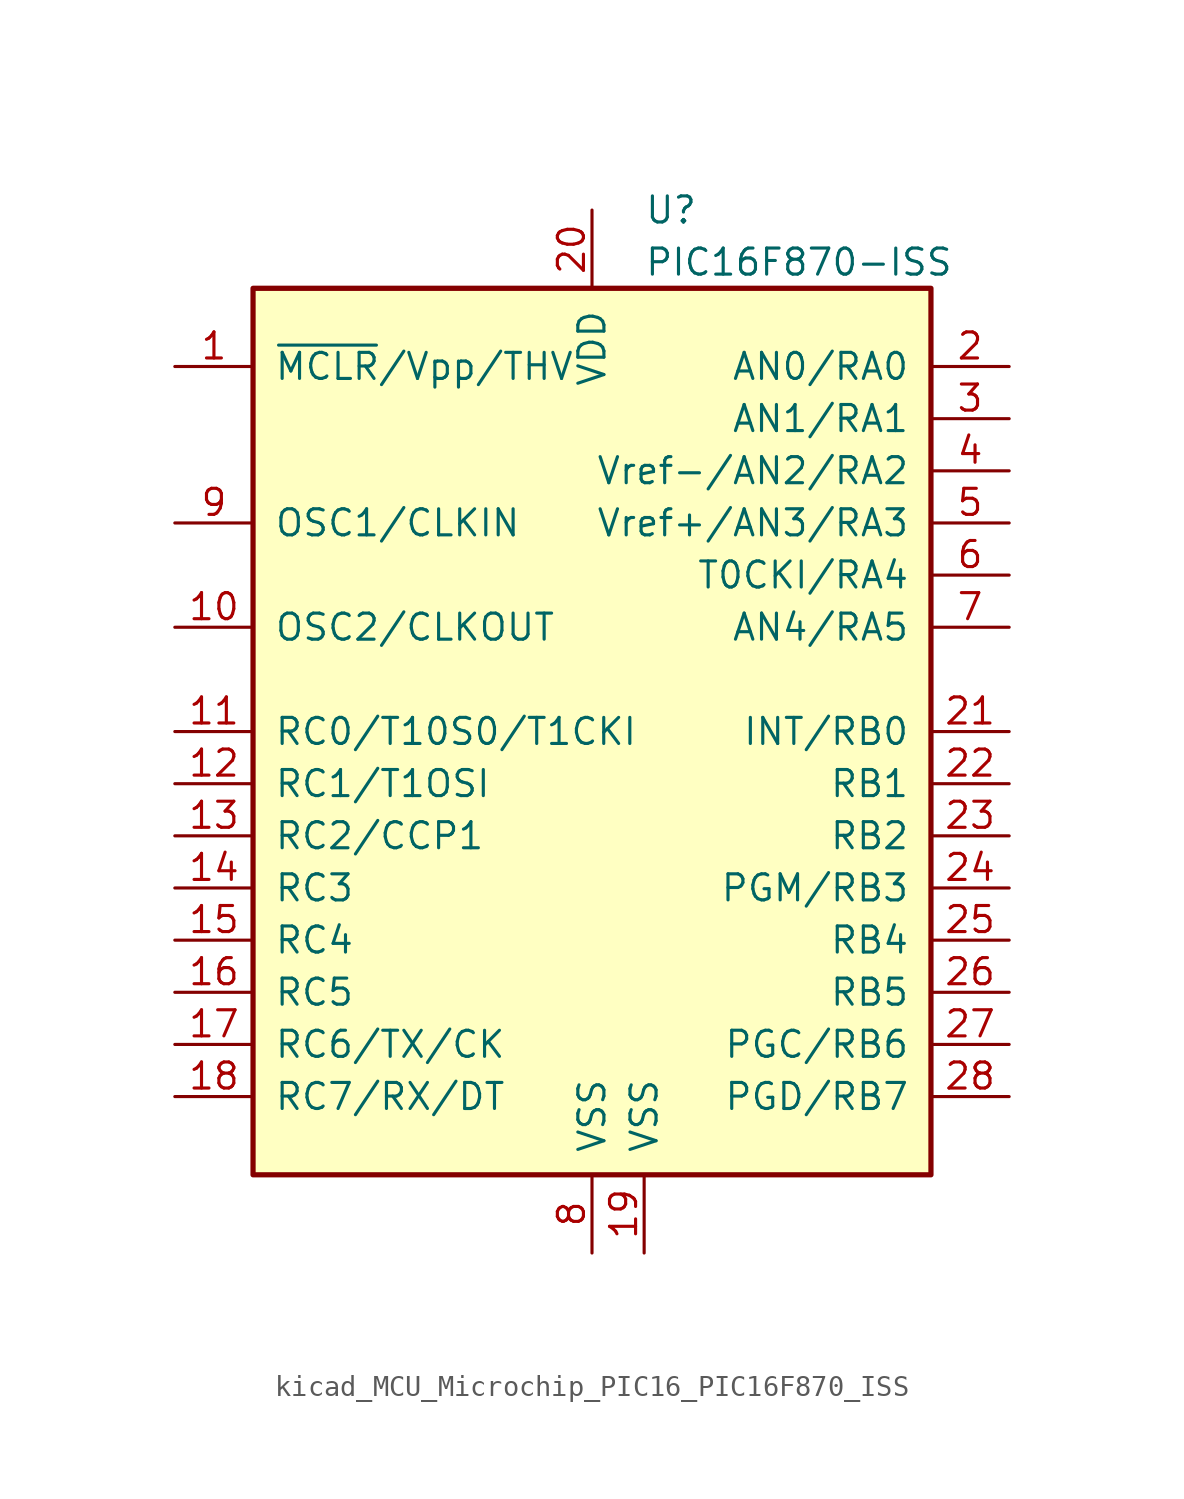
<source format=kicad_sym>
(kicad_symbol_lib
  (version 20220914)
  (generator kicad_symbol_editor)
  (symbol "kicad_MCU_Microchip_PIC16_PIC16F870_ISS"
    (pin_names
      (offset 1.016))
    (property "Reference" "U"
      (at 2.54 25.4 0)
      (effects (font (size 1.27 1.27)) (justify left)))
    (property "Value" "PIC16F870-ISS"
      (at 2.54 22.86 0)
      (effects (font (size 1.27 1.27)) (justify left)))
    (symbol "kicad_MCU_Microchip_PIC16_PIC16F870_ISS_0_1"
      (rectangle (start -16.51 -21.59) (end 16.51 21.59) (stroke (width 0.254) (type default)) (fill (type background))))
    (symbol "kicad_MCU_Microchip_PIC16_PIC16F870_ISS_1_1"
      (pin input line (at -20.32 17.78 0) (length 3.81) (name "~{MCLR}/Vpp/THV" (effects (font (size 1.27 1.27)))) (number "1" (effects (font (size 1.27 1.27)))))
      (pin output line (at -20.32 5.08 0) (length 3.81) (name "OSC2/CLKOUT" (effects (font (size 1.27 1.27)))) (number "10" (effects (font (size 1.27 1.27)))))
      (pin bidirectional line (at -20.32 0 0) (length 3.81) (name "RC0/T10S0/T1CKI" (effects (font (size 1.27 1.27)))) (number "11" (effects (font (size 1.27 1.27)))))
      (pin bidirectional line (at -20.32 -2.54 0) (length 3.81) (name "RC1/T1OSI" (effects (font (size 1.27 1.27)))) (number "12" (effects (font (size 1.27 1.27)))))
      (pin bidirectional line (at -20.32 -5.08 0) (length 3.81) (name "RC2/CCP1" (effects (font (size 1.27 1.27)))) (number "13" (effects (font (size 1.27 1.27)))))
      (pin bidirectional line (at -20.32 -7.62 0) (length 3.81) (name "RC3" (effects (font (size 1.27 1.27)))) (number "14" (effects (font (size 1.27 1.27)))))
      (pin bidirectional line (at -20.32 -10.16 0) (length 3.81) (name "RC4" (effects (font (size 1.27 1.27)))) (number "15" (effects (font (size 1.27 1.27)))))
      (pin bidirectional line (at -20.32 -12.7 0) (length 3.81) (name "RC5" (effects (font (size 1.27 1.27)))) (number "16" (effects (font (size 1.27 1.27)))))
      (pin bidirectional line (at -20.32 -15.24 0) (length 3.81) (name "RC6/TX/CK" (effects (font (size 1.27 1.27)))) (number "17" (effects (font (size 1.27 1.27)))))
      (pin bidirectional line (at -20.32 -17.78 0) (length 3.81) (name "RC7/RX/DT" (effects (font (size 1.27 1.27)))) (number "18" (effects (font (size 1.27 1.27)))))
      (pin power_in line (at 2.54 -25.4 90) (length 3.81) (name "VSS" (effects (font (size 1.27 1.27)))) (number "19" (effects (font (size 1.27 1.27)))))
      (pin bidirectional line (at 20.32 17.78 180) (length 3.81) (name "AN0/RA0" (effects (font (size 1.27 1.27)))) (number "2" (effects (font (size 1.27 1.27)))))
      (pin power_in line (at 0 25.4 270) (length 3.81) (name "VDD" (effects (font (size 1.27 1.27)))) (number "20" (effects (font (size 1.27 1.27)))))
      (pin bidirectional line (at 20.32 0 180) (length 3.81) (name "INT/RB0" (effects (font (size 1.27 1.27)))) (number "21" (effects (font (size 1.27 1.27)))))
      (pin bidirectional line (at 20.32 -2.54 180) (length 3.81) (name "RB1" (effects (font (size 1.27 1.27)))) (number "22" (effects (font (size 1.27 1.27)))))
      (pin bidirectional line (at 20.32 -5.08 180) (length 3.81) (name "RB2" (effects (font (size 1.27 1.27)))) (number "23" (effects (font (size 1.27 1.27)))))
      (pin bidirectional line (at 20.32 -7.62 180) (length 3.81) (name "PGM/RB3" (effects (font (size 1.27 1.27)))) (number "24" (effects (font (size 1.27 1.27)))))
      (pin bidirectional line (at 20.32 -10.16 180) (length 3.81) (name "RB4" (effects (font (size 1.27 1.27)))) (number "25" (effects (font (size 1.27 1.27)))))
      (pin bidirectional line (at 20.32 -12.7 180) (length 3.81) (name "RB5" (effects (font (size 1.27 1.27)))) (number "26" (effects (font (size 1.27 1.27)))))
      (pin bidirectional line (at 20.32 -15.24 180) (length 3.81) (name "PGC/RB6" (effects (font (size 1.27 1.27)))) (number "27" (effects (font (size 1.27 1.27)))))
      (pin bidirectional line (at 20.32 -17.78 180) (length 3.81) (name "PGD/RB7" (effects (font (size 1.27 1.27)))) (number "28" (effects (font (size 1.27 1.27)))))
      (pin bidirectional line (at 20.32 15.24 180) (length 3.81) (name "AN1/RA1" (effects (font (size 1.27 1.27)))) (number "3" (effects (font (size 1.27 1.27)))))
      (pin bidirectional line (at 20.32 12.7 180) (length 3.81) (name "Vref-/AN2/RA2" (effects (font (size 1.27 1.27)))) (number "4" (effects (font (size 1.27 1.27)))))
      (pin bidirectional line (at 20.32 10.16 180) (length 3.81) (name "Vref+/AN3/RA3" (effects (font (size 1.27 1.27)))) (number "5" (effects (font (size 1.27 1.27)))))
      (pin bidirectional line (at 20.32 7.62 180) (length 3.81) (name "T0CKI/RA4" (effects (font (size 1.27 1.27)))) (number "6" (effects (font (size 1.27 1.27)))))
      (pin bidirectional line (at 20.32 5.08 180) (length 3.81) (name "AN4/RA5" (effects (font (size 1.27 1.27)))) (number "7" (effects (font (size 1.27 1.27)))))
      (pin power_in line (at 0 -25.4 90) (length 3.81) (name "VSS" (effects (font (size 1.27 1.27)))) (number "8" (effects (font (size 1.27 1.27)))))
      (pin input line (at -20.32 10.16 0) (length 3.81) (name "OSC1/CLKIN" (effects (font (size 1.27 1.27)))) (number "9" (effects (font (size 1.27 1.27))))))))
</source>
